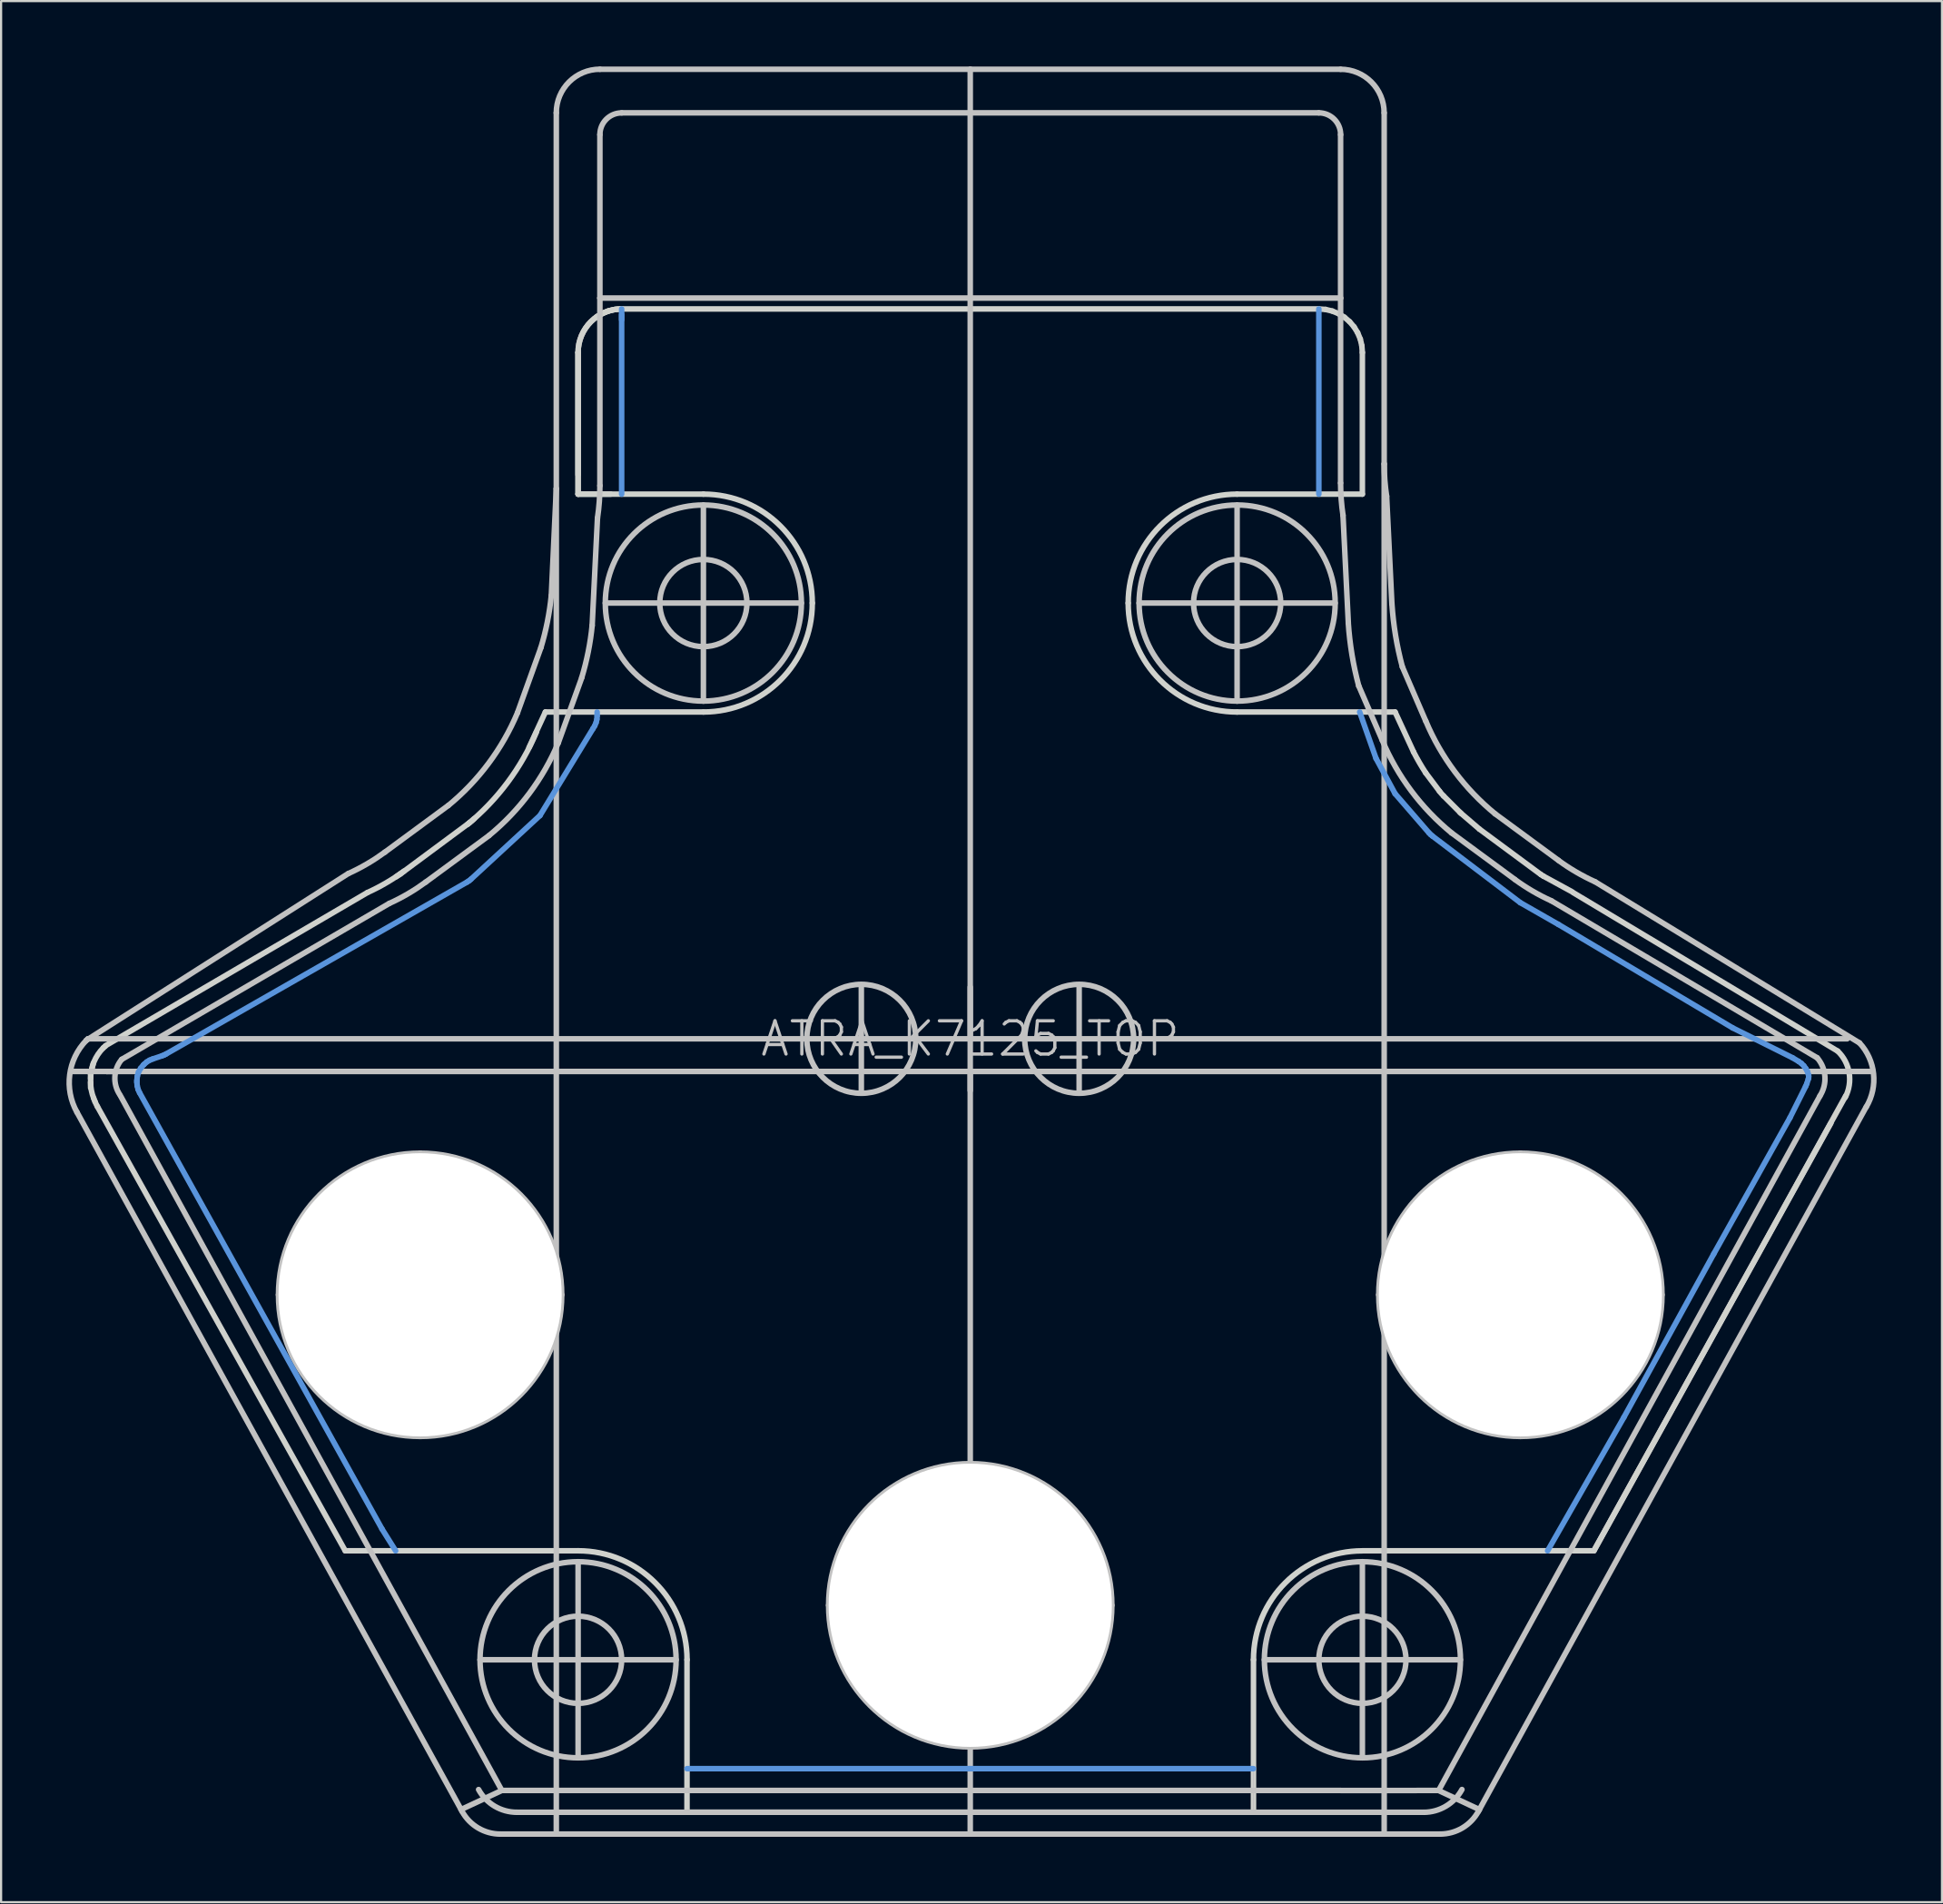
<source format=kicad_pcb>
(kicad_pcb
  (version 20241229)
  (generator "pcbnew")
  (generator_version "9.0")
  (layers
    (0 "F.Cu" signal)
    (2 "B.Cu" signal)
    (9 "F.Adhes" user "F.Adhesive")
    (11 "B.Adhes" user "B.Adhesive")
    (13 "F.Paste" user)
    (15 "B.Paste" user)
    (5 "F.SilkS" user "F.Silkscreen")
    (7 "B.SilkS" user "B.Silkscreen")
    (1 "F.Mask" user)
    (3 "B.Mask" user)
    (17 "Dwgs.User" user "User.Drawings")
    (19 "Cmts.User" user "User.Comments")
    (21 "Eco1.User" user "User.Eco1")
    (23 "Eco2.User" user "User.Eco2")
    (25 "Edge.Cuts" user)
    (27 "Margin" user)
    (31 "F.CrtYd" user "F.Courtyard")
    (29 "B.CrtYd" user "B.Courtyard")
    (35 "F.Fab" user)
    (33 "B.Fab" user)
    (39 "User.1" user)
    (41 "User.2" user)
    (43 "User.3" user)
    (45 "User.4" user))
  (footprint "ATRA_K7125_TOP"
    (layer "F.Cu")
    (at 41.482 44.628)
    (property "Reference" "ATRA_K7125_TOP" (at 0 0 0) (layer "Dwgs.User") (effects (font (size 1.524 1.524) (thickness 0.15))))
    (attr smd)
    (fp_line (start -41.25 1.499) (end -39.624 1.499) (stroke (width 0.254) (type solid)) (layer "Dwgs.User"))
    (fp_line (start -40.998 3.373) (end -23.32 35.463) (stroke (width 0.254) (type solid)) (layer "Dwgs.User"))
    (fp_line (start -40.498 0) (end -40.566 0.066) (stroke (width 0.254) (type solid)) (layer "Dwgs.User"))
    (fp_line (start -40.498 0) (end -4.999 0) (stroke (width 0.254) (type solid)) (layer "Dwgs.User"))
    (fp_line (start -39.624 1.499) (end -39.124 1.499) (stroke (width 0.254) (type solid)) (layer "Dwgs.User"))
    (fp_line (start -39.624 1.499) (end 0 1.499) (stroke (width 0.254) (type solid)) (layer "Dwgs.User"))
    (fp_line (start -38.999 2.624) (end -21.499 34.498) (stroke (width 0.254) (type solid)) (layer "Dwgs.User"))
    (fp_line (start -31.75 11.748) (end -18.748 11.748) (stroke (width 0.127) (type solid)) (layer "Dwgs.User"))
    (fp_line (start -31.75 11.748) (end -18.748 11.748) (stroke (width 0.254) (type solid)) (layer "Dwgs.User"))
    (fp_line (start -28.552 -7.582) (end -40.566 0.066) (stroke (width 0.254) (type solid)) (layer "Dwgs.User"))
    (fp_line (start -26.675 -6.208) (end -38.941 0.942) (stroke (width 0.254) (type solid)) (layer "Dwgs.User"))
    (fp_line (start -25.248 18.25) (end -25.248 5.248) (stroke (width 0.127) (type solid)) (layer "Dwgs.User"))
    (fp_line (start -25.248 18.25) (end -25.248 5.248) (stroke (width 0.254) (type solid)) (layer "Dwgs.User"))
    (fp_line (start -23.967 -10.701) (end -26.866 -8.567) (stroke (width 0.254) (type solid)) (layer "Dwgs.User"))
    (fp_line (start -22.093 -9.324) (end -24.991 -7.193) (stroke (width 0.254) (type solid)) (layer "Dwgs.User"))
    (fp_line (start -21.567 36.5) (end -18.999 36.5) (stroke (width 0.254) (type solid)) (layer "Dwgs.User"))
    (fp_line (start -21.499 34.498) (end -23.373 35.375) (stroke (width 0.254) (type solid)) (layer "Dwgs.User"))
    (fp_line (start -21.499 34.498) (end 16.998 34.498) (stroke (width 0.254) (type solid)) (layer "Dwgs.User"))
    (fp_line (start -20.81 35.499) (end 20.81 35.499) (stroke (width 0.254) (type solid)) (layer "Dwgs.User"))
    (fp_line (start -20 28.499) (end -15.999 28.499) (stroke (width 0.127) (type solid)) (layer "Dwgs.User"))
    (fp_line (start -19.708 -17.948) (end -20.78 -14.966) (stroke (width 0.254) (type solid)) (layer "Dwgs.User"))
    (fp_line (start -18.999 -25.248) (end -19.228 -20.348) (stroke (width 0.254) (type solid)) (layer "Dwgs.User"))
    (fp_line (start -18.999 -25.248) (end -18.999 -42.499) (stroke (width 0.254) (type solid)) (layer "Dwgs.User"))
    (fp_line (start -18.999 28.499) (end -22.499 28.499) (stroke (width 0.254) (type solid)) (layer "Dwgs.User"))
    (fp_line (start -18.999 28.499) (end -18.999 -25.248) (stroke (width 0.254) (type solid)) (layer "Dwgs.User"))
    (fp_line (start -18.999 36.5) (end -18.999 28.499) (stroke (width 0.254) (type solid)) (layer "Dwgs.User"))
    (fp_line (start -18.999 36.5) (end 0 36.5) (stroke (width 0.254) (type solid)) (layer "Dwgs.User"))
    (fp_line (start -17.998 23.998) (end -17.998 28.499) (stroke (width 0.254) (type solid)) (layer "Dwgs.User"))
    (fp_line (start -17.998 28.499) (end -18.999 28.499) (stroke (width 0.254) (type solid)) (layer "Dwgs.User"))
    (fp_line (start -17.998 28.499) (end -17.998 33) (stroke (width 0.254) (type solid)) (layer "Dwgs.User"))
    (fp_line (start -17.998 30.498) (end -17.998 26.5) (stroke (width 0.127) (type solid)) (layer "Dwgs.User"))
    (fp_line (start -17.831 -16.573) (end -18.905 -13.592) (stroke (width 0.254) (type solid)) (layer "Dwgs.User"))
    (fp_line (start -17.109 -23.901) (end -17.353 -18.971) (stroke (width 0.254) (type solid)) (layer "Dwgs.User"))
    (fp_line (start -16.998 -44.498) (end 0 -44.498) (stroke (width 0.254) (type solid)) (layer "Dwgs.User"))
    (fp_line (start -16.998 -41.499) (end -16.998 -33.998) (stroke (width 0.254) (type solid)) (layer "Dwgs.User"))
    (fp_line (start -16.998 -33.998) (end -16.998 -25.39) (stroke (width 0.254) (type solid)) (layer "Dwgs.User"))
    (fp_line (start -14.249 -20) (end -10.249 -20) (stroke (width 0.127) (type solid)) (layer "Dwgs.User"))
    (fp_line (start -13.498 28.499) (end -17.998 28.499) (stroke (width 0.254) (type solid)) (layer "Dwgs.User"))
    (fp_line (start -13 35.499) (end 13 35.499) (stroke (width 0.066) (type solid)) (layer "Dwgs.User"))
    (fp_line (start -13 35.499) (end 13 35.499) (stroke (width 0.254) (type solid)) (layer "Dwgs.User"))
    (fp_line (start -12.248 -24.498) (end -12.248 -20) (stroke (width 0.254) (type solid)) (layer "Dwgs.User"))
    (fp_line (start -12.248 -20) (end -16.749 -20) (stroke (width 0.254) (type solid)) (layer "Dwgs.User"))
    (fp_line (start -12.248 -20) (end -12.248 -15.499) (stroke (width 0.254) (type solid)) (layer "Dwgs.User"))
    (fp_line (start -12.248 -17.998) (end -12.248 -21.999) (stroke (width 0.127) (type solid)) (layer "Dwgs.User"))
    (fp_line (start -7.75 -20) (end -12.248 -20) (stroke (width 0.254) (type solid)) (layer "Dwgs.User"))
    (fp_line (start -6.5 25.999) (end 6.5 25.999) (stroke (width 0.127) (type solid)) (layer "Dwgs.User"))
    (fp_line (start -6.5 25.999) (end 6.5 25.999) (stroke (width 0.254) (type solid)) (layer "Dwgs.User"))
    (fp_line (start -4.999 -2.375) (end -4.999 0) (stroke (width 0.254) (type solid)) (layer "Dwgs.User"))
    (fp_line (start -4.999 0) (end -4.999 2.375) (stroke (width 0.254) (type solid)) (layer "Dwgs.User"))
    (fp_line (start -4.999 0) (end 0 0) (stroke (width 0.254) (type solid)) (layer "Dwgs.User"))
    (fp_line (start 0 -44.498) (end 16.998 -44.498) (stroke (width 0.254) (type solid)) (layer "Dwgs.User"))
    (fp_line (start 0 -2.375) (end 0 0) (stroke (width 0.254) (type solid)) (layer "Dwgs.User"))
    (fp_line (start 0 0) (end 0 -44.498) (stroke (width 0.254) (type solid)) (layer "Dwgs.User"))
    (fp_line (start 0 0) (end 4.999 0) (stroke (width 0.254) (type solid)) (layer "Dwgs.User"))
    (fp_line (start 0 1.499) (end 0 0) (stroke (width 0.254) (type solid)) (layer "Dwgs.User"))
    (fp_line (start 0 1.499) (end 0 2.375) (stroke (width 0.254) (type solid)) (layer "Dwgs.User"))
    (fp_line (start 0 1.499) (end 41.374 1.499) (stroke (width 0.254) (type solid)) (layer "Dwgs.User"))
    (fp_line (start 0 32.499) (end 0 19.5) (stroke (width 0.127) (type solid)) (layer "Dwgs.User"))
    (fp_line (start 0 36.5) (end 0 1.499) (stroke (width 0.254) (type solid)) (layer "Dwgs.User"))
    (fp_line (start 0 36.5) (end 18.999 36.5) (stroke (width 0.254) (type solid)) (layer "Dwgs.User"))
    (fp_line (start 4.999 -2.375) (end 4.999 0) (stroke (width 0.254) (type solid)) (layer "Dwgs.User"))
    (fp_line (start 4.999 0) (end 4.999 2.375) (stroke (width 0.254) (type solid)) (layer "Dwgs.User"))
    (fp_line (start 4.999 0) (end 40.249 0) (stroke (width 0.254) (type solid)) (layer "Dwgs.User"))
    (fp_line (start 10.249 -20) (end 14.249 -20) (stroke (width 0.127) (type solid)) (layer "Dwgs.User"))
    (fp_line (start 12.248 -24.498) (end 12.248 -20) (stroke (width 0.254) (type solid)) (layer "Dwgs.User"))
    (fp_line (start 12.248 -20) (end 7.75 -20) (stroke (width 0.254) (type solid)) (layer "Dwgs.User"))
    (fp_line (start 12.248 -20) (end 12.248 -15.499) (stroke (width 0.254) (type solid)) (layer "Dwgs.User"))
    (fp_line (start 12.248 -17.998) (end 12.248 -21.999) (stroke (width 0.127) (type solid)) (layer "Dwgs.User"))
    (fp_line (start 13 35.499) (end 13 33.498) (stroke (width 0.066) (type solid)) (layer "Dwgs.User"))
    (fp_line (start 15.999 -42.499) (end -15.999 -42.499) (stroke (width 0.254) (type solid)) (layer "Dwgs.User"))
    (fp_line (start 15.999 28.499) (end 20 28.499) (stroke (width 0.127) (type solid)) (layer "Dwgs.User"))
    (fp_line (start 16.749 -20) (end 12.248 -20) (stroke (width 0.254) (type solid)) (layer "Dwgs.User"))
    (fp_line (start 16.998 -33.998) (end -16.998 -33.998) (stroke (width 0.254) (type solid)) (layer "Dwgs.User"))
    (fp_line (start 16.998 -33.998) (end 16.998 -41.499) (stroke (width 0.254) (type solid)) (layer "Dwgs.User"))
    (fp_line (start 16.998 -25.514) (end 16.998 -33.998) (stroke (width 0.254) (type solid)) (layer "Dwgs.User"))
    (fp_line (start 17.353 -19.096) (end 17.109 -24.026) (stroke (width 0.254) (type solid)) (layer "Dwgs.User"))
    (fp_line (start 17.998 23.998) (end 17.998 28.499) (stroke (width 0.254) (type solid)) (layer "Dwgs.User"))
    (fp_line (start 17.998 28.499) (end 13.498 28.499) (stroke (width 0.254) (type solid)) (layer "Dwgs.User"))
    (fp_line (start 17.998 28.499) (end 17.998 33) (stroke (width 0.254) (type solid)) (layer "Dwgs.User"))
    (fp_line (start 17.998 30.498) (end 17.998 26.5) (stroke (width 0.127) (type solid)) (layer "Dwgs.User"))
    (fp_line (start 18.748 11.748) (end 31.75 11.748) (stroke (width 0.127) (type solid)) (layer "Dwgs.User"))
    (fp_line (start 18.905 -13.716) (end 17.831 -16.198) (stroke (width 0.254) (type solid)) (layer "Dwgs.User"))
    (fp_line (start 18.999 -42.499) (end 18.999 -26.391) (stroke (width 0.254) (type solid)) (layer "Dwgs.User"))
    (fp_line (start 18.999 28.499) (end 17.998 28.499) (stroke (width 0.254) (type solid)) (layer "Dwgs.User"))
    (fp_line (start 18.999 28.499) (end 18.999 -26.391) (stroke (width 0.254) (type solid)) (layer "Dwgs.User"))
    (fp_line (start 18.999 36.5) (end 18.999 28.499) (stroke (width 0.254) (type solid)) (layer "Dwgs.User"))
    (fp_line (start 19.352 -19.972) (end 19.111 -24.902) (stroke (width 0.254) (type solid)) (layer "Dwgs.User"))
    (fp_line (start 20.498 34.498) (end 21.499 34.498) (stroke (width 0.254) (type solid)) (layer "Dwgs.User"))
    (fp_line (start 20.5 34.5) (end 17 34.5) (stroke (width 0.254) (type solid)) (layer "Dwgs.User"))
    (fp_line (start 20.904 -14.592) (end 19.832 -17.074) (stroke (width 0.254) (type solid)) (layer "Dwgs.User"))
    (fp_line (start 21.499 34.498) (end 38.999 2.624) (stroke (width 0.254) (type solid)) (layer "Dwgs.User"))
    (fp_line (start 21.499 34.503) (end 23.373 35.377) (stroke (width 0.254) (type solid)) (layer "Dwgs.User"))
    (fp_line (start 21.567 36.5) (end 18.999 36.5) (stroke (width 0.254) (type solid)) (layer "Dwgs.User"))
    (fp_line (start 22.499 28.499) (end 18.999 28.499) (stroke (width 0.254) (type solid)) (layer "Dwgs.User"))
    (fp_line (start 24.991 -7.318) (end 22.093 -9.449) (stroke (width 0.254) (type solid)) (layer "Dwgs.User"))
    (fp_line (start 25.248 18.25) (end 25.248 5.248) (stroke (width 0.127) (type solid)) (layer "Dwgs.User"))
    (fp_line (start 25.248 18.25) (end 25.248 5.248) (stroke (width 0.254) (type solid)) (layer "Dwgs.User"))
    (fp_line (start 26.993 -8.194) (end 24.092 -10.325) (stroke (width 0.254) (type solid)) (layer "Dwgs.User"))
    (fp_line (start 31.75 11.748) (end 18.748 11.748) (stroke (width 0.254) (type solid)) (layer "Dwgs.User"))
    (fp_line (start 38.875 0.874) (end 26.675 -6.332) (stroke (width 0.254) (type solid)) (layer "Dwgs.User"))
    (fp_line (start 40.818 0.191) (end 28.677 -7.209) (stroke (width 0.254) (type solid)) (layer "Dwgs.User"))
    (fp_line (start 41.123 3.124) (end 23.32 35.463) (stroke (width 0.254) (type solid)) (layer "Dwgs.User"))
    (fp_arc (start -40.99814 3.37312) (mid -41.331639 1.649158) (end -40.567368 0.068287) (stroke (width 0.254) (type solid)) (layer "Dwgs.User"))
    (fp_arc (start -39.03472 2.56286) (mid -39.258402 1.737653) (end -38.943886 0.942619) (stroke (width 0.254) (type solid)) (layer "Dwgs.User"))
    (fp_arc (start -26.86558 -8.56742) (mid -27.675797 -8.034516) (end -28.536891 -7.58847) (stroke (width 0.254) (type solid)) (layer "Dwgs.User"))
    (fp_arc (start -24.99106 -7.19328) (mid -25.801277 -6.660376) (end -26.662371 -6.21433) (stroke (width 0.254) (type solid)) (layer "Dwgs.User"))
    (fp_arc (start -21.56714 36.4998) (mid -22.584493 36.221961) (end -23.3194 35.465579) (stroke (width 0.254) (type solid)) (layer "Dwgs.User"))
    (fp_arc (start -20.81022 35.49904) (mid -21.830785 35.218887) (end -22.56529 34.456955) (stroke (width 0.254) (type solid)) (layer "Dwgs.User"))
    (fp_arc (start -20.77974 -14.96568) (mid -22.108185 -12.6416) (end -23.957727 -10.70632) (stroke (width 0.254) (type solid)) (layer "Dwgs.User"))
    (fp_arc (start -19.2278 -20.34794) (mid -19.407823 -19.141062) (end -19.704758 -17.957511) (stroke (width 0.254) (type solid)) (layer "Dwgs.User"))
    (fp_arc (start -18.9992 -42.49928) (mid -18.412968 -43.914568) (end -16.99768 -44.5008) (stroke (width 0.254) (type solid)) (layer "Dwgs.User"))
    (fp_arc (start -18.90522 -13.59154) (mid -20.23359 -11.268072) (end -22.082911 -9.333368) (stroke (width 0.254) (type solid)) (layer "Dwgs.User"))
    (fp_arc (start -17.35328 -18.97126) (mid -17.533551 -17.764394) (end -17.830731 -16.580879) (stroke (width 0.254) (type solid)) (layer "Dwgs.User"))
    (fp_arc (start -16.99768 -41.49852) (mid -16.705308 -42.204368) (end -15.99946 -42.49674) (stroke (width 0.254) (type solid)) (layer "Dwgs.User"))
    (fp_arc (start -16.99768 -25.38984) (mid -17.025178 -24.648757) (end -17.107521 -23.911749) (stroke (width 0.254) (type solid)) (layer "Dwgs.User"))
    (fp_arc (start 15.99946 -42.49928) (mid 16.707104 -42.206164) (end 17.00022 -41.49852) (stroke (width 0.254) (type solid)) (layer "Dwgs.User"))
    (fp_arc (start 16.99768 -44.49826) (mid 18.411172 -43.912772) (end 18.99666 -42.49928) (stroke (width 0.254) (type solid)) (layer "Dwgs.User"))
    (fp_arc (start 17.10944 -24.02586) (mid 17.026325 -24.762754) (end 16.998048 -25.503781) (stroke (width 0.254) (type solid)) (layer "Dwgs.User"))
    (fp_arc (start 17.8308 -16.19758) (mid 17.520496 -17.630432) (end 17.351495 -19.086726) (stroke (width 0.254) (type solid)) (layer "Dwgs.User"))
    (fp_arc (start 19.11096 -24.90216) (mid 19.027845 -25.639054) (end 18.999568 -26.380081) (stroke (width 0.254) (type solid)) (layer "Dwgs.User"))
    (fp_arc (start 19.83232 -17.07388) (mid 19.522252 -18.506472) (end 19.35346 -19.962484) (stroke (width 0.254) (type solid)) (layer "Dwgs.User"))
    (fp_arc (start 22.09292 -9.4488) (mid 20.241127 -11.381357) (end 18.909841 -13.703338) (stroke (width 0.254) (type solid)) (layer "Dwgs.User"))
    (fp_arc (start 22.5679 34.4551) (mid 21.833976 35.218624) (end 20.813098 35.500443) (stroke (width 0.254) (type solid)) (layer "Dwgs.User"))
    (fp_arc (start 23.31974 35.46348) (mid 22.585853 36.220326) (end 21.569142 36.499083) (stroke (width 0.254) (type solid)) (layer "Dwgs.User"))
    (fp_arc (start 24.0919 -10.3251) (mid 22.240794 -12.258195) (end 20.910304 -14.580531) (stroke (width 0.254) (type solid)) (layer "Dwgs.User"))
    (fp_arc (start 26.67508 -6.33222) (mid 25.813237 -6.776984) (end 25.002141 -7.308691) (stroke (width 0.254) (type solid)) (layer "Dwgs.User"))
    (fp_arc (start 28.6766 -7.20852) (mid 27.814743 -7.65302) (end 27.003606 -8.184467) (stroke (width 0.254) (type solid)) (layer "Dwgs.User"))
    (fp_arc (start 38.8747 0.87376) (mid 39.227039 1.728204) (end 38.998118 2.623643) (stroke (width 0.254) (type solid)) (layer "Dwgs.User"))
    (fp_arc (start 40.8178 0.1905) (mid 41.459883 1.605231) (end 41.127886 3.122964) (stroke (width 0.254) (type solid)) (layer "Dwgs.User"))
    (fp_circle (center -25.25 11.75) (end -31.75 11.75) (stroke (width 0.254) (type solid)) (fill no) (layer "Dwgs.User"))
    (fp_circle (center -18 28.5) (end -22.5 28.5) (stroke (width 0.254) (type solid)) (fill no) (layer "Dwgs.User"))
    (fp_circle (center -18 28.5) (end -20 28.5) (stroke (width 0.254) (type solid)) (fill no) (layer "Dwgs.User"))
    (fp_circle (center -12.25 -20) (end -16.75 -20) (stroke (width 0.254) (type solid)) (fill no) (layer "Dwgs.User"))
    (fp_circle (center -12.25 -20) (end -14.25 -20) (stroke (width 0.254) (type solid)) (fill no) (layer "Dwgs.User"))
    (fp_circle (center -5 0) (end -7.5 0) (stroke (width 0.254) (type solid)) (fill no) (layer "Dwgs.User"))
    (fp_circle (center 0 26) (end -6.5 26) (stroke (width 0.254) (type solid)) (fill no) (layer "Dwgs.User"))
    (fp_circle (center 5 0) (end 2.5 0) (stroke (width 0.254) (type solid)) (fill no) (layer "Dwgs.User"))
    (fp_circle (center 12.25 -20) (end 7.75 -20) (stroke (width 0.254) (type solid)) (fill no) (layer "Dwgs.User"))
    (fp_circle (center 12.25 -20) (end 10.25 -20) (stroke (width 0.254) (type solid)) (fill no) (layer "Dwgs.User"))
    (fp_circle (center 18 28.5) (end 13.5 28.5) (stroke (width 0.254) (type solid)) (fill no) (layer "Dwgs.User"))
    (fp_circle (center 18 28.5) (end 16 28.5) (stroke (width 0.254) (type solid)) (fill no) (layer "Dwgs.User"))
    (fp_circle (center 25.25 11.75) (end 18.75 11.75) (stroke (width 0.254) (type solid)) (fill no) (layer "Dwgs.User"))
    (fp_line (start -38.25 1.913) (end -38.23 1.717) (stroke (width 0.254) (type solid)) (layer "Cmts.User"))
    (fp_line (start -38.25 1.994) (end -38.25 1.913) (stroke (width 0.254) (type solid)) (layer "Cmts.User"))
    (fp_line (start -38.235 2.159) (end -38.25 1.994) (stroke (width 0.254) (type solid)) (layer "Cmts.User"))
    (fp_line (start -38.23 1.717) (end -38.174 1.529) (stroke (width 0.254) (type solid)) (layer "Cmts.User"))
    (fp_line (start -38.194 2.322) (end -38.235 2.159) (stroke (width 0.254) (type solid)) (layer "Cmts.User"))
    (fp_line (start -38.174 1.529) (end -38.08 1.356) (stroke (width 0.254) (type solid)) (layer "Cmts.User"))
    (fp_line (start -38.125 2.474) (end -38.194 2.322) (stroke (width 0.254) (type solid)) (layer "Cmts.User"))
    (fp_line (start -38.08 1.356) (end -37.955 1.206) (stroke (width 0.254) (type solid)) (layer "Cmts.User"))
    (fp_line (start -37.955 1.206) (end -37.915 1.166) (stroke (width 0.254) (type solid)) (layer "Cmts.User"))
    (fp_line (start -37.915 1.166) (end -37.798 1.064) (stroke (width 0.254) (type solid)) (layer "Cmts.User"))
    (fp_line (start -37.798 1.064) (end -37.668 0.983) (stroke (width 0.254) (type solid)) (layer "Cmts.User"))
    (fp_line (start -37.668 0.983) (end -37.523 0.925) (stroke (width 0.254) (type solid)) (layer "Cmts.User"))
    (fp_line (start -37.523 0.925) (end -37.092 0.78) (stroke (width 0.254) (type solid)) (layer "Cmts.User"))
    (fp_line (start -37.092 0.78) (end -37 0.744) (stroke (width 0.254) (type solid)) (layer "Cmts.User"))
    (fp_line (start -37 0.744) (end -36.914 0.699) (stroke (width 0.254) (type solid)) (layer "Cmts.User"))
    (fp_line (start -36.914 0.699) (end -23.096 -7.193) (stroke (width 0.254) (type solid)) (layer "Cmts.User"))
    (fp_line (start -26.998 22.499) (end -38.125 2.474) (stroke (width 0.254) (type solid)) (layer "Cmts.User"))
    (fp_line (start -26.373 23.498) (end -26.998 22.499) (stroke (width 0.254) (type solid)) (layer "Cmts.User"))
    (fp_line (start -23.096 -7.193) (end -23.002 -7.254) (stroke (width 0.254) (type solid)) (layer "Cmts.User"))
    (fp_line (start -23.002 -7.254) (end -22.916 -7.325) (stroke (width 0.254) (type solid)) (layer "Cmts.User"))
    (fp_line (start -22.916 -7.325) (end -19.748 -10.249) (stroke (width 0.254) (type solid)) (layer "Cmts.User"))
    (fp_line (start -19.748 -10.249) (end -17.315 -14.237) (stroke (width 0.254) (type solid)) (layer "Cmts.User"))
    (fp_line (start -17.315 -14.237) (end -17.234 -14.369) (stroke (width 0.254) (type solid)) (layer "Cmts.User"))
    (fp_line (start -17.234 -14.369) (end -17.173 -14.514) (stroke (width 0.254) (type solid)) (layer "Cmts.User"))
    (fp_line (start -17.173 -14.514) (end -17.135 -14.668) (stroke (width 0.254) (type solid)) (layer "Cmts.User"))
    (fp_line (start -17.135 -14.668) (end -17.125 -14.823) (stroke (width 0.254) (type solid)) (layer "Cmts.User"))
    (fp_line (start -17.125 -14.823) (end -17.125 -14.999) (stroke (width 0.254) (type solid)) (layer "Cmts.User"))
    (fp_line (start -16 -33.5) (end -16 -33) (stroke (width 0.254) (type solid)) (layer "Cmts.User"))
    (fp_line (start -16 -24.999) (end -16 -33.249) (stroke (width 0.254) (type solid)) (layer "Cmts.User"))
    (fp_line (start -13 33.498) (end 13 33.498) (stroke (width 0.254) (type solid)) (layer "Cmts.User"))
    (fp_line (start 16 -33.498) (end 16 -24.999) (stroke (width 0.254) (type solid)) (layer "Cmts.User"))
    (fp_line (start 18.623 -12.873) (end 17.874 -14.999) (stroke (width 0.254) (type solid)) (layer "Cmts.User"))
    (fp_line (start 19.5 -11.25) (end 18.623 -12.873) (stroke (width 0.254) (type solid)) (layer "Cmts.User"))
    (fp_line (start 21.054 -9.454) (end 19.5 -11.25) (stroke (width 0.254) (type solid)) (layer "Cmts.User"))
    (fp_line (start 21.128 -9.378) (end 21.054 -9.454) (stroke (width 0.254) (type solid)) (layer "Cmts.User"))
    (fp_line (start 21.206 -9.312) (end 21.128 -9.378) (stroke (width 0.254) (type solid)) (layer "Cmts.User"))
    (fp_line (start 25.248 -6.248) (end 21.206 -9.312) (stroke (width 0.254) (type solid)) (layer "Cmts.User"))
    (fp_line (start 26.5 23.498) (end 30 17.374) (stroke (width 0.254) (type solid)) (layer "Cmts.User"))
    (fp_line (start 26.998 -5.248) (end 25.248 -6.248) (stroke (width 0.254) (type solid)) (layer "Cmts.User"))
    (fp_line (start 30 17.374) (end 34.125 9.873) (stroke (width 0.254) (type solid)) (layer "Cmts.User"))
    (fp_line (start 34.125 9.873) (end 37.622 3.625) (stroke (width 0.254) (type solid)) (layer "Cmts.User"))
    (fp_line (start 34.999 -0.498) (end 26.998 -5.248) (stroke (width 0.254) (type solid)) (layer "Cmts.User"))
    (fp_line (start 37.622 3.625) (end 38.341 2.187) (stroke (width 0.254) (type solid)) (layer "Cmts.User"))
    (fp_line (start 37.749 0.874) (end 34.999 -0.498) (stroke (width 0.254) (type solid)) (layer "Cmts.User"))
    (fp_line (start 38.019 1.036) (end 37.749 0.874) (stroke (width 0.254) (type solid)) (layer "Cmts.User"))
    (fp_line (start 38.146 1.128) (end 38.019 1.036) (stroke (width 0.254) (type solid)) (layer "Cmts.User"))
    (fp_line (start 38.257 1.237) (end 38.146 1.128) (stroke (width 0.254) (type solid)) (layer "Cmts.User"))
    (fp_line (start 38.341 2.187) (end 38.397 2.057) (stroke (width 0.254) (type solid)) (layer "Cmts.User"))
    (fp_line (start 38.351 1.364) (end 38.257 1.237) (stroke (width 0.254) (type solid)) (layer "Cmts.User"))
    (fp_line (start 38.397 2.057) (end 38.466 1.844) (stroke (width 0.254) (type solid)) (layer "Cmts.User"))
    (fp_line (start 38.425 1.501) (end 38.351 1.364) (stroke (width 0.254) (type solid)) (layer "Cmts.User"))
    (fp_line (start 38.466 1.844) (end 38.481 1.781) (stroke (width 0.254) (type solid)) (layer "Cmts.User"))
    (fp_line (start 38.473 1.651) (end 38.425 1.501) (stroke (width 0.254) (type solid)) (layer "Cmts.User"))
    (fp_line (start 38.481 1.781) (end 38.484 1.714) (stroke (width 0.254) (type solid)) (layer "Cmts.User"))
    (fp_line (start 38.484 1.714) (end 38.473 1.651) (stroke (width 0.254) (type solid)) (layer "Cmts.User"))
    (fp_line (start -40.373 1.623) (end -40.373 2.248) (stroke (width 0.254) (type solid)) (layer "Edge.Cuts"))
    (fp_line (start -40.249 1.123) (end -40.373 1.623) (stroke (width 0.254) (type solid)) (layer "Edge.Cuts"))
    (fp_line (start -40.231 2.731) (end -40.173 2.878) (stroke (width 0.254) (type solid)) (layer "Edge.Cuts"))
    (fp_line (start -40.061 3.111) (end -28.687 23.498) (stroke (width 0.254) (type solid)) (layer "Edge.Cuts"))
    (fp_line (start -27.676 -6.708) (end -39.693 0.318) (stroke (width 0.254) (type solid)) (layer "Edge.Cuts"))
    (fp_line (start -22.992 -9.911) (end -26.154 -7.567) (stroke (width 0.254) (type solid)) (layer "Edge.Cuts"))
    (fp_line (start -19.5 -14.999) (end -20.249 -13.373) (stroke (width 0.254) (type solid)) (layer "Edge.Cuts"))
    (fp_line (start -17.998 -31.499) (end -17.998 -25.89) (stroke (width 0.254) (type solid)) (layer "Edge.Cuts"))
    (fp_line (start -17.998 -31.499) (end -17.998 -24.999) (stroke (width 0.254) (type solid)) (layer "Edge.Cuts"))
    (fp_line (start -17.998 -31.499) (end -17.998 -24.999) (stroke (width 0.254) (type solid)) (layer "Edge.Cuts"))
    (fp_line (start -17.998 -24.999) (end -16.5 -24.999) (stroke (width 0.254) (type solid)) (layer "Edge.Cuts"))
    (fp_line (start -17.998 -24.999) (end -12.248 -24.999) (stroke (width 0.254) (type solid)) (layer "Edge.Cuts"))
    (fp_line (start -17.998 23.498) (end -28.687 23.498) (stroke (width 0.254) (type solid)) (layer "Edge.Cuts"))
    (fp_line (start -16.906 -33.282) (end -17.175 -33.117) (stroke (width 0.254) (type solid)) (layer "Edge.Cuts"))
    (fp_line (start -16.617 -33.401) (end -16.906 -33.282) (stroke (width 0.254) (type solid)) (layer "Edge.Cuts"))
    (fp_line (start -16.312 -33.475) (end -16.617 -33.401) (stroke (width 0.254) (type solid)) (layer "Edge.Cuts"))
    (fp_line (start -15.999 -33.498) (end -16.312 -33.475) (stroke (width 0.254) (type solid)) (layer "Edge.Cuts"))
    (fp_line (start -13 35.499) (end -13 28.499) (stroke (width 0.254) (type solid)) (layer "Edge.Cuts"))
    (fp_line (start -13 35.499) (end -13 33.498) (stroke (width 0.066) (type solid)) (layer "Edge.Cuts"))
    (fp_line (start -13 35.499) (end 13 35.499) (stroke (width 0.254) (type solid)) (layer "Edge.Cuts"))
    (fp_line (start -12.248 -14.999) (end -19.5 -14.999) (stroke (width 0.254) (type solid)) (layer "Edge.Cuts"))
    (fp_line (start 12.248 -14.999) (end 19.5 -14.999) (stroke (width 0.254) (type solid)) (layer "Edge.Cuts"))
    (fp_line (start 13 35.499) (end 13 28.499) (stroke (width 0.254) (type solid)) (layer "Edge.Cuts"))
    (fp_line (start 15.999 -33.498) (end -15.999 -33.498) (stroke (width 0.254) (type solid)) (layer "Edge.Cuts"))
    (fp_line (start 16.312 -33.475) (end 15.999 -33.498) (stroke (width 0.254) (type solid)) (layer "Edge.Cuts"))
    (fp_line (start 16.617 -33.401) (end 16.312 -33.475) (stroke (width 0.254) (type solid)) (layer "Edge.Cuts"))
    (fp_line (start 16.906 -33.282) (end 16.617 -33.401) (stroke (width 0.254) (type solid)) (layer "Edge.Cuts"))
    (fp_line (start 17.175 -33.117) (end 16.906 -33.282) (stroke (width 0.254) (type solid)) (layer "Edge.Cuts"))
    (fp_line (start 17.412 -32.913) (end 17.175 -33.117) (stroke (width 0.254) (type solid)) (layer "Edge.Cuts"))
    (fp_line (start 17.617 -32.675) (end 17.412 -32.913) (stroke (width 0.254) (type solid)) (layer "Edge.Cuts"))
    (fp_line (start 17.78 -32.408) (end 17.617 -32.675) (stroke (width 0.254) (type solid)) (layer "Edge.Cuts"))
    (fp_line (start 17.902 -32.116) (end 17.78 -32.408) (stroke (width 0.254) (type solid)) (layer "Edge.Cuts"))
    (fp_line (start 17.973 -31.811) (end 17.902 -32.116) (stroke (width 0.254) (type solid)) (layer "Edge.Cuts"))
    (fp_line (start 17.998 -31.499) (end 17.973 -31.811) (stroke (width 0.254) (type solid)) (layer "Edge.Cuts"))
    (fp_line (start 17.998 -31.499) (end 17.998 -24.999) (stroke (width 0.254) (type solid)) (layer "Edge.Cuts"))
    (fp_line (start 17.998 -24.999) (end 12.248 -24.999) (stroke (width 0.254) (type solid)) (layer "Edge.Cuts"))
    (fp_line (start 17.998 23.498) (end 28.623 23.498) (stroke (width 0.254) (type solid)) (layer "Edge.Cuts"))
    (fp_line (start 20.348 -13.167) (end 19.5 -14.999) (stroke (width 0.254) (type solid)) (layer "Edge.Cuts"))
    (fp_line (start 21.539 -11.361) (end 20.904 -12.207) (stroke (width 0.254) (type solid)) (layer "Edge.Cuts"))
    (fp_line (start 22.471 -10.401) (end 21.725 -11.148) (stroke (width 0.254) (type solid)) (layer "Edge.Cuts"))
    (fp_line (start 23.368 -9.627) (end 22.527 -10.348) (stroke (width 0.254) (type solid)) (layer "Edge.Cuts"))
    (fp_line (start 26.192 -7.539) (end 23.378 -9.619) (stroke (width 0.254) (type solid)) (layer "Edge.Cuts"))
    (fp_line (start 27.622 -6.749) (end 26.309 -7.465) (stroke (width 0.254) (type solid)) (layer "Edge.Cuts"))
    (fp_line (start 28.623 23.498) (end 40.185 2.614) (stroke (width 0.254) (type solid)) (layer "Edge.Cuts"))
    (fp_line (start 39.5 3.873) (end 28.623 23.498) (stroke (width 0.254) (type solid)) (layer "Edge.Cuts"))
    (fp_line (start 39.817 0.566) (end 27.676 -6.708) (stroke (width 0.254) (type solid)) (layer "Edge.Cuts"))
    (fp_arc (start -40.3733 1.82626) (mid -40.221804 1.062895) (end -39.790277 0.415237) (stroke (width 0.254) (type solid)) (layer "Edge.Cuts"))
    (fp_arc (start -40.23106 2.7305) (mid -40.33748 2.367731) (end -40.373711 1.991415) (stroke (width 0.254) (type solid)) (layer "Edge.Cuts"))
    (fp_arc (start -40.06088 3.1115) (mid -40.120185 2.99686) (end -40.171968 2.878631) (stroke (width 0.254) (type solid)) (layer "Edge.Cuts"))
    (fp_arc (start -39.7891 0.41402) (mid -39.747857 0.377691) (end -39.702359 0.346858) (stroke (width 0.254) (type solid)) (layer "Edge.Cuts"))
    (fp_arc (start -26.15438 -7.56666) (mid -26.248908 -7.500752) (end -26.347073 -7.440395) (stroke (width 0.254) (type solid)) (layer "Edge.Cuts"))
    (fp_arc (start -25.99182 -7.69366) (mid -26.802037 -7.160756) (end -27.663131 -6.71471) (stroke (width 0.254) (type solid)) (layer "Edge.Cuts"))
    (fp_arc (start -22.76856 -10.10412) (mid -22.875975 -10.004303) (end -22.990413 -9.912622) (stroke (width 0.254) (type solid)) (layer "Edge.Cuts"))
    (fp_arc (start -19.90598 -14.09192) (mid -21.233737 -11.768377) (end -23.082483 -9.833453) (stroke (width 0.254) (type solid)) (layer "Edge.Cuts"))
    (fp_arc (start -17.99844 -31.49854) (mid -17.412952 -32.912032) (end -15.99946 -33.49752) (stroke (width 0.254) (type solid)) (layer "Edge.Cuts"))
    (fp_arc (start -17.99844 -31.49854) (mid -17.412952 -32.912032) (end -15.99946 -33.49752) (stroke (width 0.254) (type solid)) (layer "Edge.Cuts"))
    (fp_arc (start -17.99844 23.49754) (mid -14.462015 24.962375) (end -12.99718 28.4988) (stroke (width 0.254) (type solid)) (layer "Edge.Cuts"))
    (fp_arc (start -12.24788 -24.99868) (mid -8.713251 -23.534589) (end -7.24916 -19.99996) (stroke (width 0.254) (type solid)) (layer "Edge.Cuts"))
    (fp_arc (start -7.24916 -19.99996) (mid -8.711455 -16.464587) (end -12.24534 -14.9987) (stroke (width 0.254) (type solid)) (layer "Edge.Cuts"))
    (fp_arc (start 7.24916 -19.99996) (mid 8.713251 -23.534589) (end 12.24788 -24.99868) (stroke (width 0.254) (type solid)) (layer "Edge.Cuts"))
    (fp_arc (start 12.24788 -14.9987) (mid 8.713251 -16.462791) (end 7.24916 -19.99742) (stroke (width 0.254) (type solid)) (layer "Edge.Cuts"))
    (fp_arc (start 12.99972 28.4988) (mid 14.463811 24.964171) (end 17.99844 23.50008) (stroke (width 0.254) (type solid)) (layer "Edge.Cuts"))
    (fp_arc (start 20.9042 -12.20724) (mid 20.613419 -12.679744) (end 20.34734 -13.166587) (stroke (width 0.254) (type solid)) (layer "Edge.Cuts"))
    (fp_arc (start 21.72462 -11.14806) (mid 21.628231 -11.251515) (end 21.53939 -11.361519) (stroke (width 0.254) (type solid)) (layer "Edge.Cuts"))
    (fp_arc (start 22.52726 -10.34796) (mid 22.498585 -10.373481) (end 22.470911 -10.400084) (stroke (width 0.254) (type solid)) (layer "Edge.Cuts"))
    (fp_arc (start 26.30932 -7.46506) (mid 26.250651 -7.499574) (end 26.194466 -7.537998) (stroke (width 0.254) (type solid)) (layer "Edge.Cuts"))
    (fp_arc (start 39.81704 0.56642) (mid 40.341206 1.569061) (end 40.161291 2.686052) (stroke (width 0.254) (type solid)) (layer "Edge.Cuts"))
    (pad "1" thru_hole circle (at -25.25 11.75) (size 13 13) (drill 13) (layers "*.Cu" "*.Mask" "F.SilkS"))
    (pad "2" thru_hole circle (at 0 26) (size 13 13) (drill 13) (layers "*.Cu" "*.Mask" "F.SilkS"))
    (pad "3" thru_hole circle (at 25.25 11.75) (size 13 13) (drill 13) (layers "*.Cu" "*.Mask" "F.SilkS")))
  (gr_rect
    (start -3 -3)
    (end 86.083 84.255)
    (stroke (width 0.1) (type default))
    (fill no)
    (layer "Edge.Cuts")))
</source>
